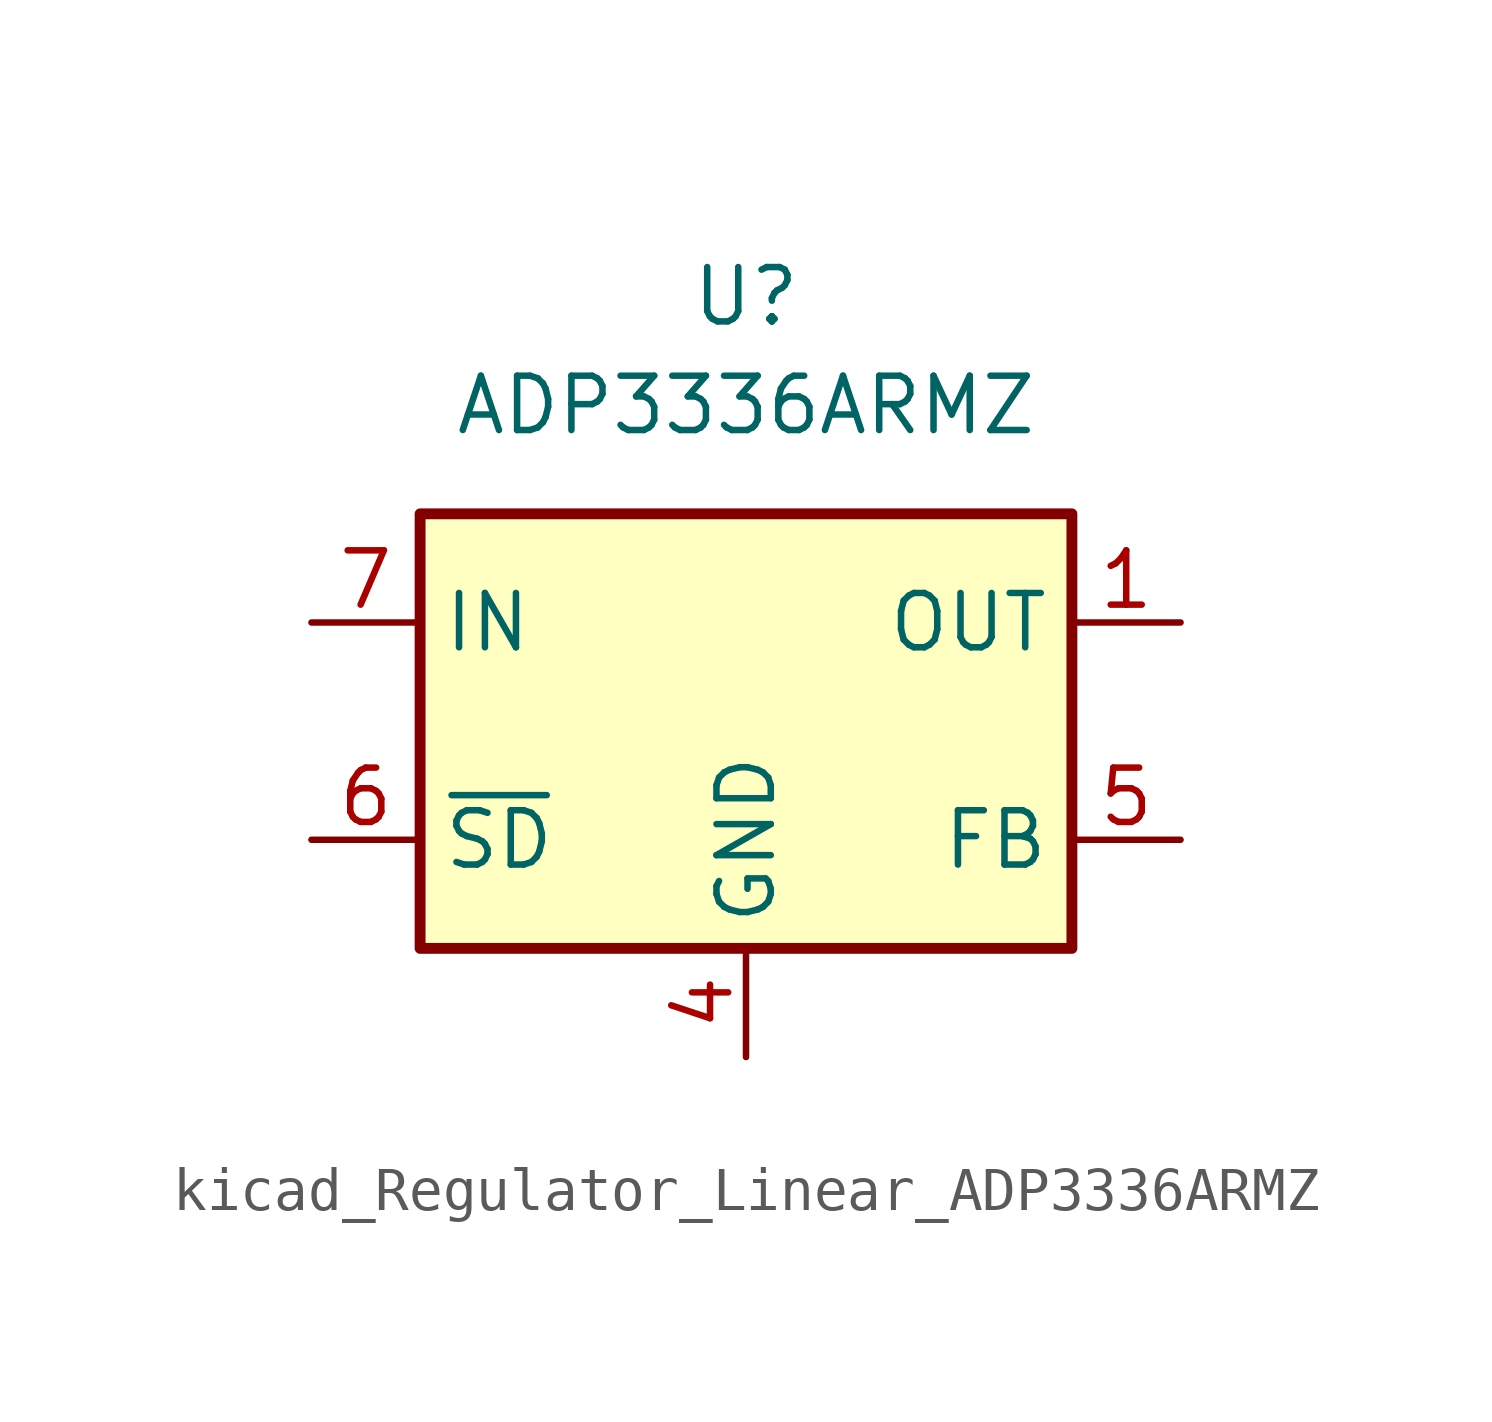
<source format=kicad_sym>
(kicad_symbol_lib
  (version 20220914)
  (generator kicad_symbol_editor)
  (symbol "kicad_Regulator_Linear_ADP3336ARMZ"
    (property "Reference" "U"
      (at 0 10.16 0)
      (effects (font (size 1.27 1.27))))
    (property "Value" "ADP3336ARMZ"
      (at 0 7.62 0)
      (effects (font (size 1.27 1.27))))
    (symbol "kicad_Regulator_Linear_ADP3336ARMZ_1_1"
      (rectangle (start -7.62 5.08) (end 7.62 -5.08) (stroke (width 0.254) (type default)) (fill (type background)))
      (pin power_out line (at 10.16 2.54 180) (length 2.54) (name "OUT" (effects (font (size 1.27 1.27)))) (number "1" (effects (font (size 1.27 1.27)))))
      (pin passive line (at 10.16 2.54 180) (length 2.54) hide (name "OUT" (effects (font (size 1.27 1.27)))) (number "2" (effects (font (size 1.27 1.27)))))
      (pin passive line (at 10.16 2.54 180) (length 2.54) hide (name "OUT" (effects (font (size 1.27 1.27)))) (number "3" (effects (font (size 1.27 1.27)))))
      (pin power_in line (at 0 -7.62 90) (length 2.54) (name "GND" (effects (font (size 1.27 1.27)))) (number "4" (effects (font (size 1.27 1.27)))))
      (pin passive line (at 10.16 -2.54 180) (length 2.54) (name "FB" (effects (font (size 1.27 1.27)))) (number "5" (effects (font (size 1.27 1.27)))))
      (pin input line (at -10.16 -2.54 0) (length 2.54) (name "~{SD}" (effects (font (size 1.27 1.27)))) (number "6" (effects (font (size 1.27 1.27)))))
      (pin power_in line (at -10.16 2.54 0) (length 2.54) (name "IN" (effects (font (size 1.27 1.27)))) (number "7" (effects (font (size 1.27 1.27)))))
      (pin passive line (at -10.16 2.54 0) (length 2.54) hide (name "IN" (effects (font (size 1.27 1.27)))) (number "8" (effects (font (size 1.27 1.27))))))))
</source>
